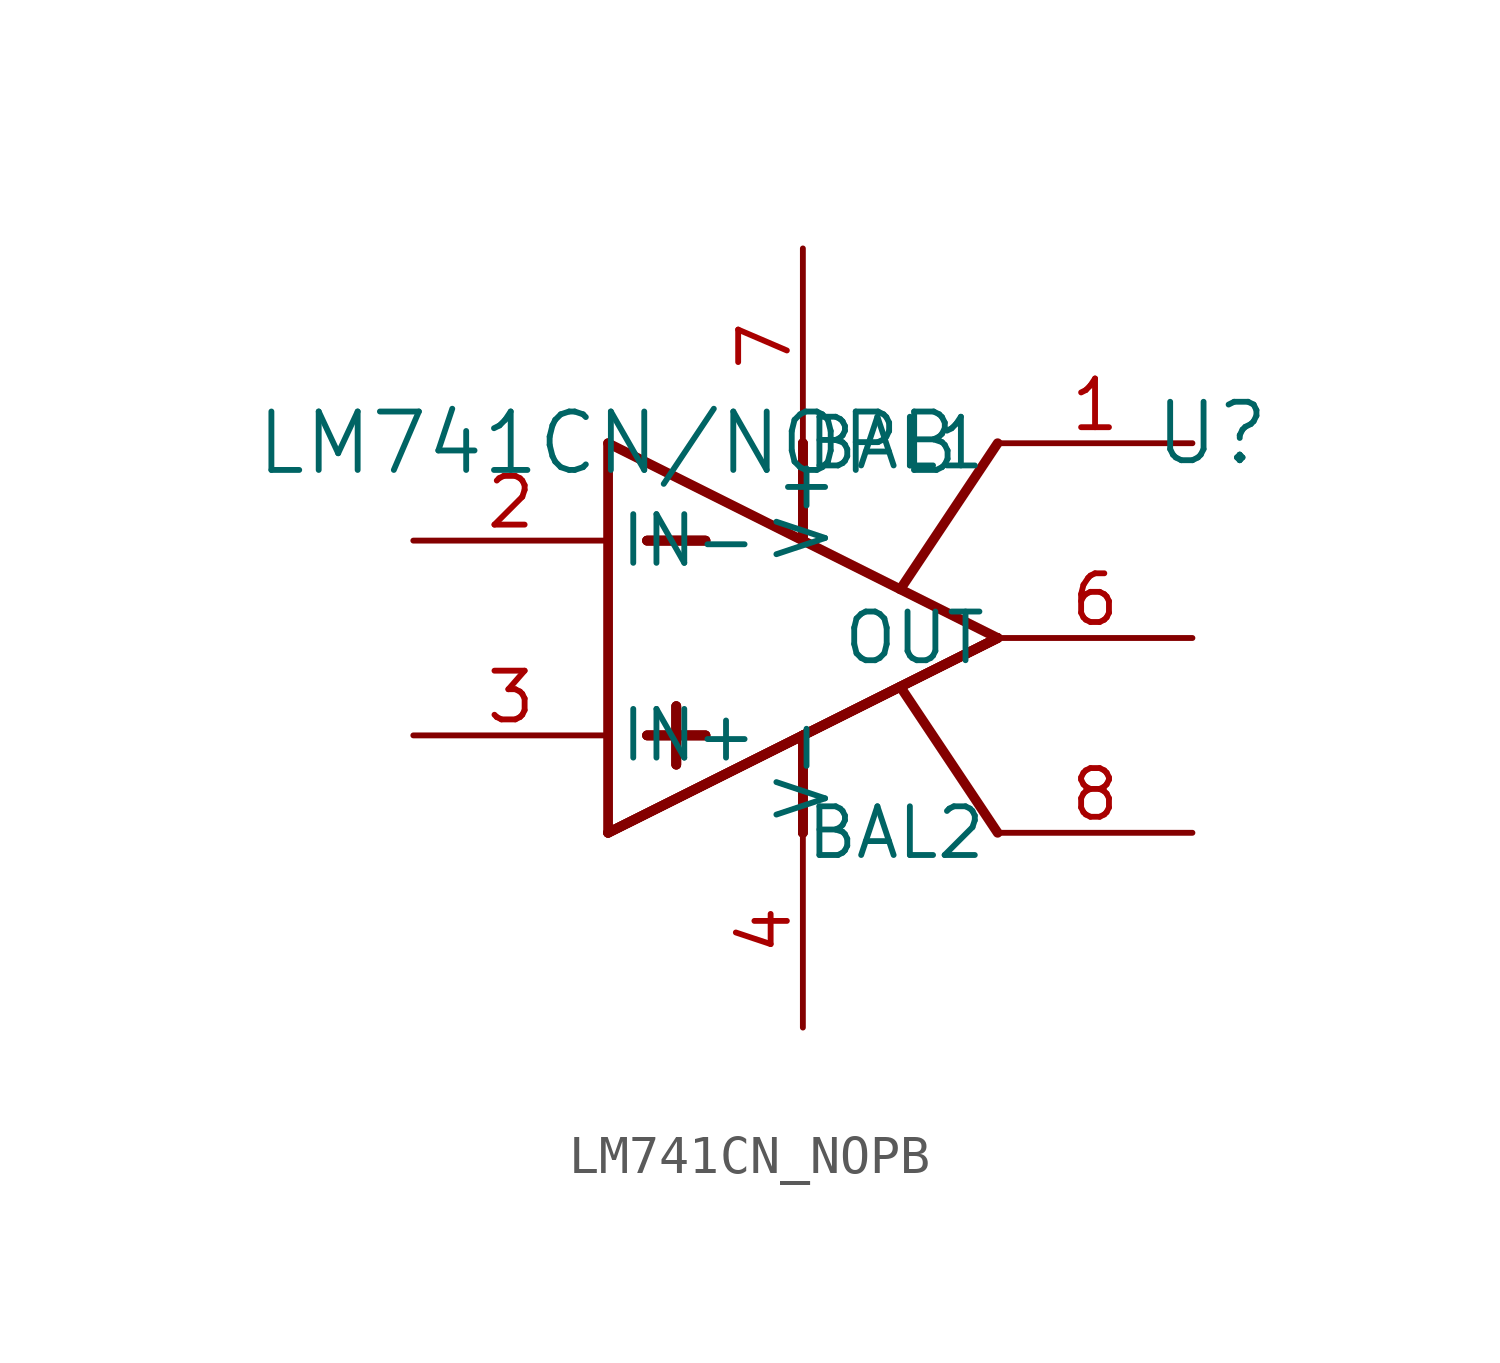
<source format=kicad_sym>
(kicad_symbol_lib
  (version 20211014)
  (generator kicad_symbol_editor)
  (symbol "LM741CN_NOPB"
    (pin_names
      (offset 0.254))
    (property "Reference" "U"
      (at 15.748 0.254 0)
      (effects (font (size 1.524 1.524))))
    (property "Value" "LM741CN/NOPB"
      (at 0 0 0)
      (effects (font (size 1.524 1.524))))
    (symbol "LM741CN_NOPB_0_1"
      (polyline (pts (xy 0 0) (xy 10.16 -5.08)) (stroke (width 0.254) (type default) (color 0 0 0 0)) (fill (type none)))
      (polyline (pts (xy 0 -10.16) (xy 10.16 -5.08)) (stroke (width 0.254) (type default) (color 0 0 0 0)) (fill (type none)))
      (polyline (pts (xy 0 0) (xy 0 -10.16)) (stroke (width 0.254) (type default) (color 0 0 0 0)) (fill (type none)))
      (polyline (pts (xy 1.016 -2.54) (xy 2.54 -2.54)) (stroke (width 0.254) (type default) (color 0 0 0 0)) (fill (type none)))
      (polyline (pts (xy 1.016 -7.62) (xy 2.54 -7.62)) (stroke (width 0.254) (type default) (color 0 0 0 0)) (fill (type none)))
      (polyline (pts (xy 1.778 -6.858) (xy 1.778 -8.382)) (stroke (width 0.254) (type default) (color 0 0 0 0)) (fill (type none)))
      (polyline (pts (xy 5.08 0) (xy 5.08 -2.54)) (stroke (width 0.254) (type default) (color 0 0 0 0)) (fill (type none)))
      (polyline (pts (xy 5.08 -7.62) (xy 5.08 -10.16)) (stroke (width 0.254) (type default) (color 0 0 0 0)) (fill (type none)))
      (polyline (pts (xy 7.62 -3.81) (xy 10.16 0)) (stroke (width 0.254) (type default) (color 0 0 0 0)) (fill (type none)))
      (polyline (pts (xy 7.62 -6.35) (xy 10.16 -10.16)) (stroke (width 0.254) (type default) (color 0 0 0 0)) (fill (type none)))
      (polyline (pts (xy 0 -10.16) (xy 10.16 -5.08)) (stroke (width 0.254) (type default) (color 0 0 0 0)) (fill (type none)))
      (polyline (pts (xy 1.016 -2.54) (xy 2.54 -2.54)) (stroke (width 0.254) (type default) (color 0 0 0 0)) (fill (type none)))
      (polyline (pts (xy 1.016 -7.62) (xy 2.54 -7.62)) (stroke (width 0.254) (type default) (color 0 0 0 0)) (fill (type none)))
      (polyline (pts (xy 1.778 -6.858) (xy 1.778 -8.382)) (stroke (width 0.254) (type default) (color 0 0 0 0)) (fill (type none)))
      (polyline (pts (xy 5.08 0) (xy 5.08 -2.54)) (stroke (width 0.254) (type default) (color 0 0 0 0)) (fill (type none)))
      (polyline (pts (xy 5.08 -7.62) (xy 5.08 -10.16)) (stroke (width 0.254) (type default) (color 0 0 0 0)) (fill (type none)))
      (polyline (pts (xy 0 -10.16) (xy 10.16 -5.08)) (stroke (width 0.254) (type default) (color 0 0 0 0)) (fill (type none)))
      (polyline (pts (xy 1.016 -2.54) (xy 2.54 -2.54)) (stroke (width 0.254) (type default) (color 0 0 0 0)) (fill (type none)))
      (polyline (pts (xy 1.016 -7.62) (xy 2.54 -7.62)) (stroke (width 0.254) (type default) (color 0 0 0 0)) (fill (type none)))
      (polyline (pts (xy 1.778 -6.858) (xy 1.778 -8.382)) (stroke (width 0.254) (type default) (color 0 0 0 0)) (fill (type none)))
      (polyline (pts (xy 5.08 0) (xy 5.08 -2.54)) (stroke (width 0.254) (type default) (color 0 0 0 0)) (fill (type none)))
      (polyline (pts (xy 5.08 -7.62) (xy 5.08 -10.16)) (stroke (width 0.254) (type default) (color 0 0 0 0)) (fill (type none)))
      (pin passive line (at 15.24 0 180) (length 5.08) (name "BAL1" (effects (font (size 1.27 1.27)))) (number "1" (effects (font (size 1.27 1.27)))))
      (pin passive line (at 15.24 -10.16 180) (length 5.08) (name "BAL2" (effects (font (size 1.27 1.27)))) (number "8" (effects (font (size 1.27 1.27)))))
      (pin input line (at -5.08 -7.62 0) (length 5.08) (name "IN+" (effects (font (size 1.27 1.27)))) (number "3" (effects (font (size 1.27 1.27)))))
      (pin input line (at -5.08 -2.54 0) (length 5.08) (name "IN-" (effects (font (size 1.27 1.27)))) (number "2" (effects (font (size 1.27 1.27)))))
      (pin output line (at 15.24 -5.08 180) (length 5.08) (name "OUT" (effects (font (size 1.27 1.27)))) (number "6" (effects (font (size 1.27 1.27)))))
      (pin power_in line (at 5.08 5.08 270) (length 5.08) (name "V+" (effects (font (size 1.27 1.27)))) (number "7" (effects (font (size 1.27 1.27)))))
      (pin power_in line (at 5.08 -15.24 90) (length 5.08) (name "V-" (effects (font (size 1.27 1.27)))) (number "4" (effects (font (size 1.27 1.27))))))))
</source>
